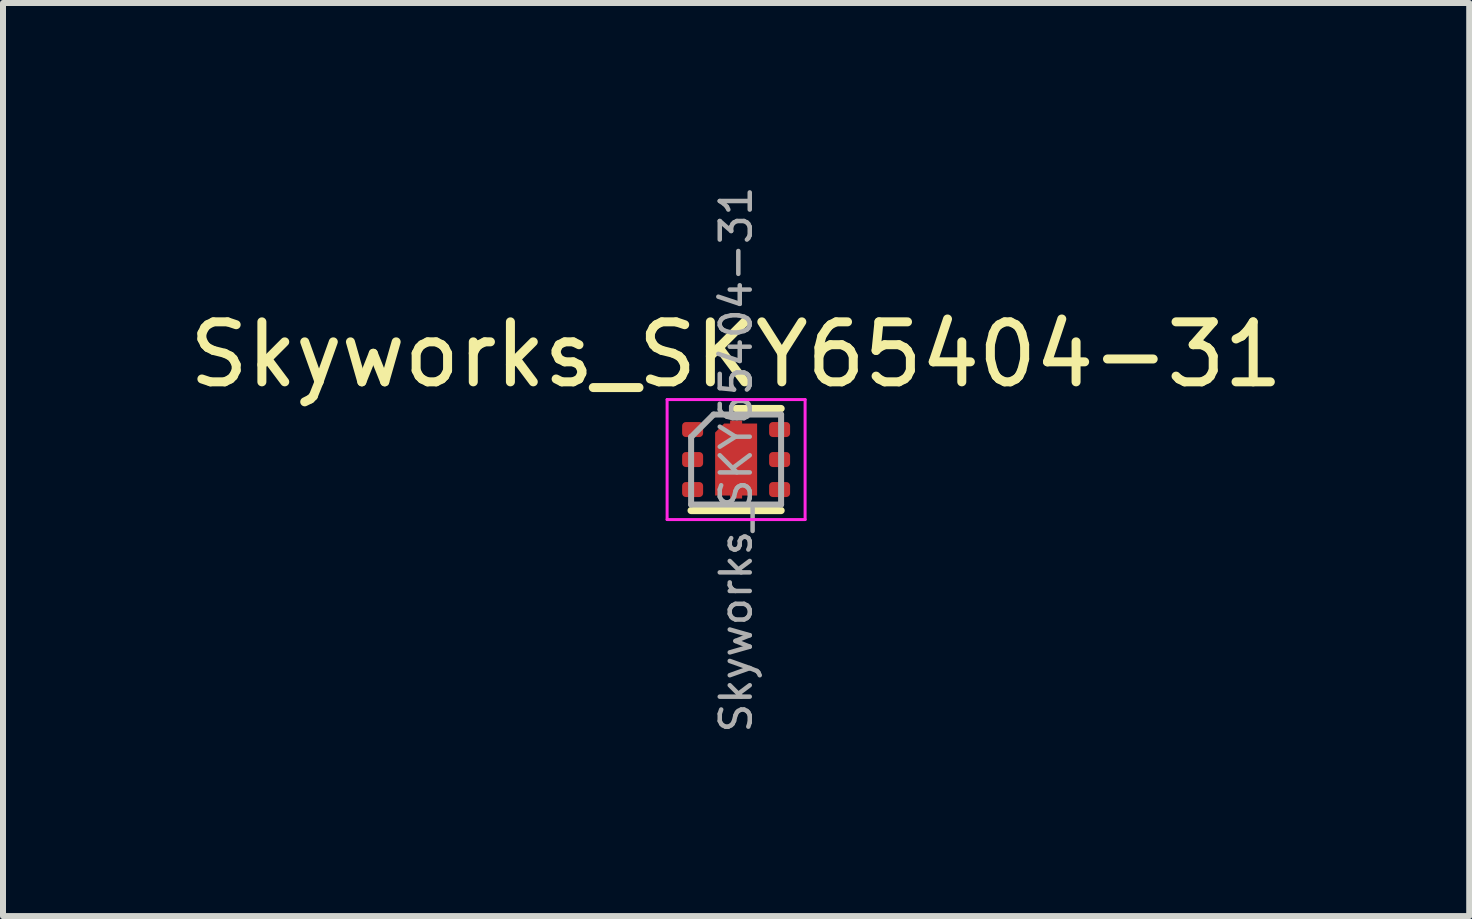
<source format=kicad_pcb>
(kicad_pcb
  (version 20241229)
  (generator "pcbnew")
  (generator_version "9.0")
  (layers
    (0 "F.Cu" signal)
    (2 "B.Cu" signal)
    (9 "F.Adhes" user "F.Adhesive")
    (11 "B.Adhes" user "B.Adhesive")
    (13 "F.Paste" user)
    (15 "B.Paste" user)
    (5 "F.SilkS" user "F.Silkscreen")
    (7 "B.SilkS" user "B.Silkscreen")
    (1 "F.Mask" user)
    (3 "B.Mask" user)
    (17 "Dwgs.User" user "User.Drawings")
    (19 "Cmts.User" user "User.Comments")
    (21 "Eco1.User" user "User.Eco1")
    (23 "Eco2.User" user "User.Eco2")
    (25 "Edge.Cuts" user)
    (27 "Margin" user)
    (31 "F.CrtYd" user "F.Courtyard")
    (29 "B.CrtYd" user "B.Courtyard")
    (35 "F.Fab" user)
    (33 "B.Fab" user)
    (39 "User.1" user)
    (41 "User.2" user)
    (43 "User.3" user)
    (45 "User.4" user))
  (footprint "Skyworks_SKY65404-31"
    (layer "F.Cu")
    (at 9.22 4.61)
    (property "Reference" "Skyworks_SKY65404-31" (at 0 -1.75 0) (layer "F.SilkS") (effects (font (size 1 1) (thickness 0.15))))
    (attr smd)
    (fp_line (start -0.75 0.85) (end 0.75 0.85) (stroke (width 0.12) (type solid)) (layer "F.SilkS"))
    (fp_line (start 0 -0.85) (end 0.75 -0.85) (stroke (width 0.12) (type solid)) (layer "F.SilkS"))
    (fp_line (start -1.15 -1) (end 1.15 -1) (stroke (width 0.05) (type solid)) (layer "F.CrtYd"))
    (fp_line (start -1.15 1) (end -1.15 -1) (stroke (width 0.05) (type solid)) (layer "F.CrtYd"))
    (fp_line (start 1.15 -1) (end 1.15 1) (stroke (width 0.05) (type solid)) (layer "F.CrtYd"))
    (fp_line (start 1.15 1) (end -1.15 1) (stroke (width 0.05) (type solid)) (layer "F.CrtYd"))
    (fp_line (start -0.75 -0.375) (end -0.375 -0.75) (stroke (width 0.1) (type solid)) (layer "F.Fab"))
    (fp_line (start -0.75 0.75) (end -0.75 -0.375) (stroke (width 0.1) (type solid)) (layer "F.Fab"))
    (fp_line (start -0.375 -0.75) (end 0.75 -0.75) (stroke (width 0.1) (type solid)) (layer "F.Fab"))
    (fp_line (start 0.75 -0.75) (end 0.75 0.75) (stroke (width 0.1) (type solid)) (layer "F.Fab"))
    (fp_line (start 0.75 0.75) (end -0.75 0.75) (stroke (width 0.1) (type solid)) (layer "F.Fab"))
    (fp_text user "${REFERENCE}" (at 0 0 270) (layer "F.Fab") (effects (font (size 0.5 0.5) (thickness 0.075))))
    (pad "1" smd roundrect (at -0.725 -0.5) (size 0.35 0.25) (layers "F.Cu" "F.Mask" "F.Paste") (roundrect_rratio 0.25))
    (pad "2" smd roundrect (at -0.725 0) (size 0.35 0.25) (layers "F.Cu" "F.Mask" "F.Paste") (roundrect_rratio 0.25))
    (pad "3" smd roundrect (at -0.725 0.5) (size 0.35 0.25) (layers "F.Cu" "F.Mask" "F.Paste") (roundrect_rratio 0.25))
    (pad "4" smd roundrect (at 0.725 0.5) (size 0.35 0.25) (layers "F.Cu" "F.Mask" "F.Paste") (roundrect_rratio 0.25))
    (pad "5" smd roundrect (at 0.725 0) (size 0.35 0.25) (layers "F.Cu" "F.Mask" "F.Paste") (roundrect_rratio 0.25))
    (pad "6" smd roundrect (at 0.725 -0.5) (size 0.35 0.25) (layers "F.Cu" "F.Mask" "F.Paste") (roundrect_rratio 0.25))
    (pad "7" smd custom (at 0 0) (size 0.35 0.25) (layers "F.Cu" "F.Mask" "F.Paste") (options (anchor rect)) (primitives (gr_poly (pts (xy 0.1 -0.6) (xy 0.35 -0.6) (xy 0.35 0.6) (xy 0.1 0.6) (xy 0.1 0.65) (xy -0.1 0.65) (xy -0.1 0.6) (xy -0.35 0.6) (xy -0.35 -0.45) (xy -0.2 -0.6) (xy -0.1 -0.6) (xy -0.1 -0.65) (xy 0.1 -0.65)) (width 0) (fill yes)))))
  (gr_rect
    (start -3 -3)
    (end 21.44 12.22)
    (stroke (width 0.1) (type default))
    (fill no)
    (layer "Edge.Cuts")))
</source>
